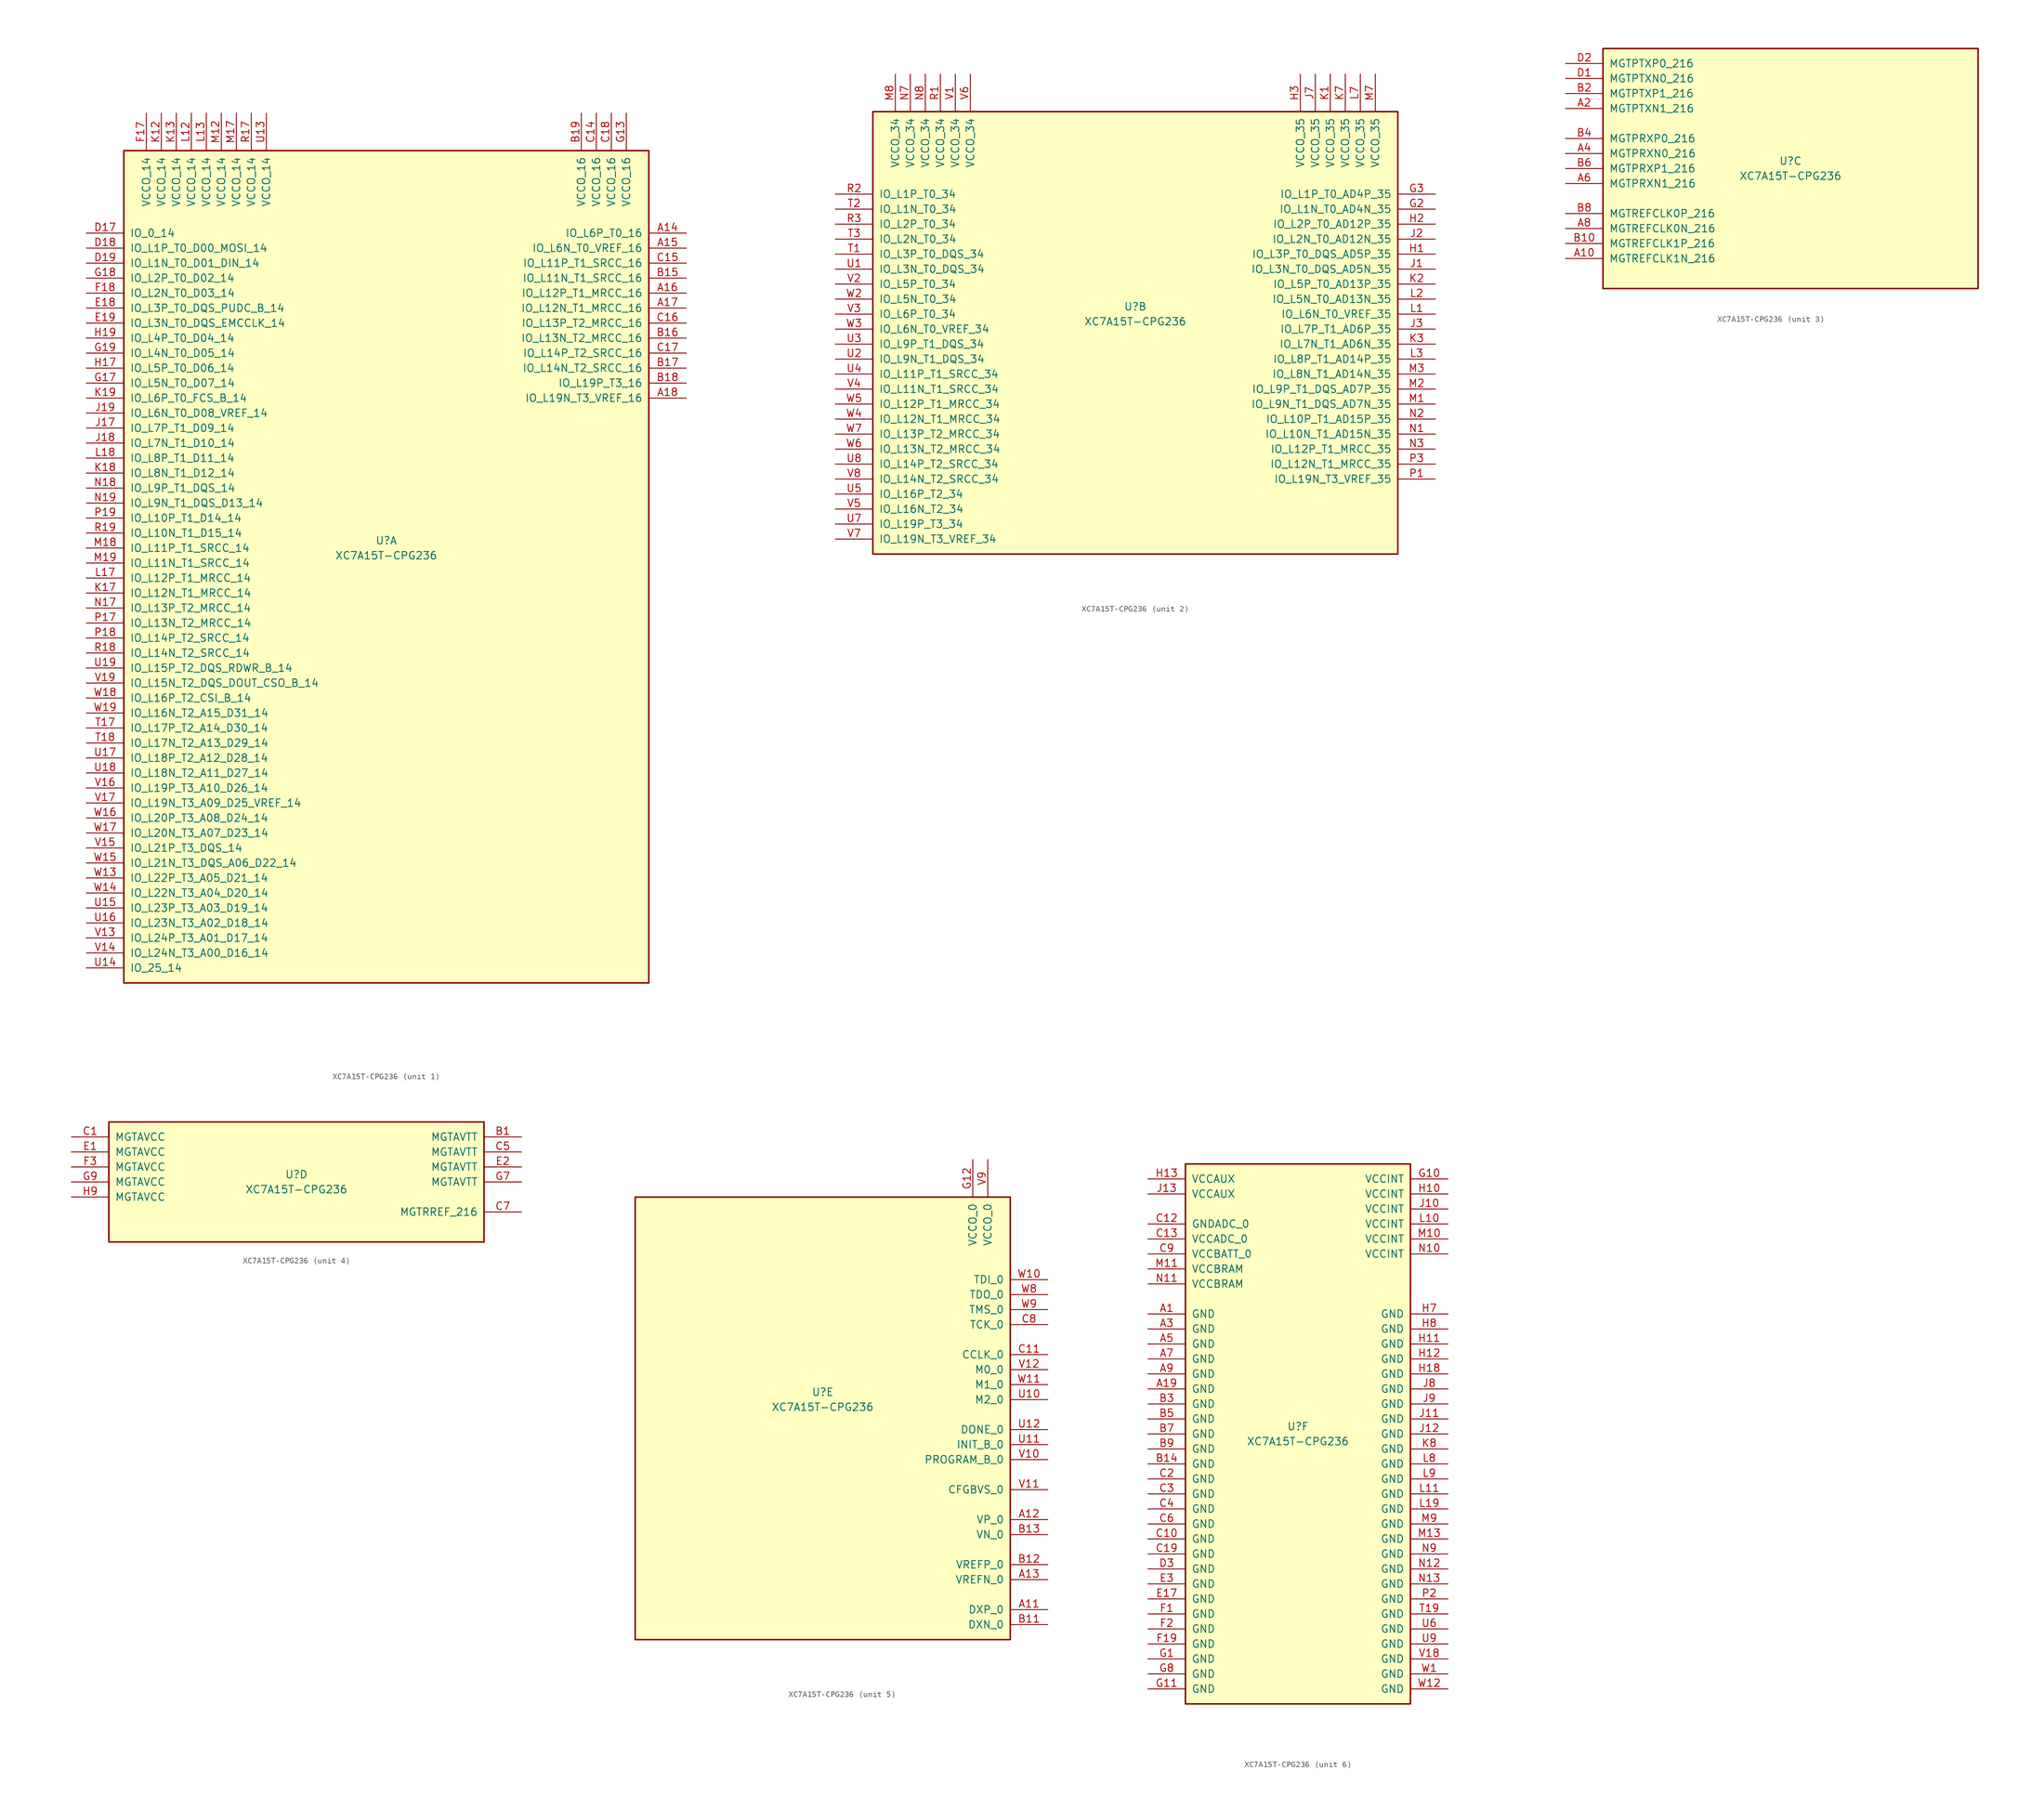
<source format=kicad_sym>
(kicad_symbol_lib
  (version 20211014)
  (generator kicad_symbol_editor)
  (symbol "XC7A15T-CPG236"
    (pin_names
      (offset 1.016))
    (property "Reference" "U"
      (at 0 1.27 0)
      (effects (font (size 1.27 1.27))))
    (property "Value" "XC7A15T-CPG236"
      (at 0 -1.27 0)
      (effects (font (size 1.27 1.27))))
    (property "Datasheet" ""
      (at 0 0 0)
      (effects (font (size 1.27 1.27))))
    (property "ki_locked" ""
      (at 0 0 0)
      (effects (font (size 1.27 1.27))))
    (symbol "XC7A15T-CPG236_1_1"
      (rectangle (start -44.45 67.31) (end 44.45 -73.66) (stroke (width 0.254) (type default) (color 0 0 0 0)) (fill (type background)))
      (pin bidirectional line (at 50.8 53.34 180) (length 6.35) (name "IO_L6P_T0_16" (effects (font (size 1.27 1.27)))) (number "A14" (effects (font (size 1.27 1.27)))))
      (pin bidirectional line (at 50.8 50.8 180) (length 6.35) (name "IO_L6N_T0_VREF_16" (effects (font (size 1.27 1.27)))) (number "A15" (effects (font (size 1.27 1.27)))))
      (pin bidirectional line (at 50.8 43.18 180) (length 6.35) (name "IO_L12P_T1_MRCC_16" (effects (font (size 1.27 1.27)))) (number "A16" (effects (font (size 1.27 1.27)))))
      (pin bidirectional line (at 50.8 40.64 180) (length 6.35) (name "IO_L12N_T1_MRCC_16" (effects (font (size 1.27 1.27)))) (number "A17" (effects (font (size 1.27 1.27)))))
      (pin bidirectional line (at 50.8 25.4 180) (length 6.35) (name "IO_L19N_T3_VREF_16" (effects (font (size 1.27 1.27)))) (number "A18" (effects (font (size 1.27 1.27)))))
      (pin bidirectional line (at 50.8 45.72 180) (length 6.35) (name "IO_L11N_T1_SRCC_16" (effects (font (size 1.27 1.27)))) (number "B15" (effects (font (size 1.27 1.27)))))
      (pin bidirectional line (at 50.8 35.56 180) (length 6.35) (name "IO_L13N_T2_MRCC_16" (effects (font (size 1.27 1.27)))) (number "B16" (effects (font (size 1.27 1.27)))))
      (pin bidirectional line (at 50.8 30.48 180) (length 6.35) (name "IO_L14N_T2_SRCC_16" (effects (font (size 1.27 1.27)))) (number "B17" (effects (font (size 1.27 1.27)))))
      (pin bidirectional line (at 50.8 27.94 180) (length 6.35) (name "IO_L19P_T3_16" (effects (font (size 1.27 1.27)))) (number "B18" (effects (font (size 1.27 1.27)))))
      (pin power_in line (at 33.02 73.66 270) (length 6.35) (name "VCCO_16" (effects (font (size 1.27 1.27)))) (number "B19" (effects (font (size 1.27 1.27)))))
      (pin power_in line (at 35.56 73.66 270) (length 6.35) (name "VCCO_16" (effects (font (size 1.27 1.27)))) (number "C14" (effects (font (size 1.27 1.27)))))
      (pin bidirectional line (at 50.8 48.26 180) (length 6.35) (name "IO_L11P_T1_SRCC_16" (effects (font (size 1.27 1.27)))) (number "C15" (effects (font (size 1.27 1.27)))))
      (pin bidirectional line (at 50.8 38.1 180) (length 6.35) (name "IO_L13P_T2_MRCC_16" (effects (font (size 1.27 1.27)))) (number "C16" (effects (font (size 1.27 1.27)))))
      (pin bidirectional line (at 50.8 33.02 180) (length 6.35) (name "IO_L14P_T2_SRCC_16" (effects (font (size 1.27 1.27)))) (number "C17" (effects (font (size 1.27 1.27)))))
      (pin power_in line (at 38.1 73.66 270) (length 6.35) (name "VCCO_16" (effects (font (size 1.27 1.27)))) (number "C18" (effects (font (size 1.27 1.27)))))
      (pin bidirectional line (at -50.8 53.34 0) (length 6.35) (name "IO_0_14" (effects (font (size 1.27 1.27)))) (number "D17" (effects (font (size 1.27 1.27)))))
      (pin bidirectional line (at -50.8 50.8 0) (length 6.35) (name "IO_L1P_T0_D00_MOSI_14" (effects (font (size 1.27 1.27)))) (number "D18" (effects (font (size 1.27 1.27)))))
      (pin bidirectional line (at -50.8 48.26 0) (length 6.35) (name "IO_L1N_T0_D01_DIN_14" (effects (font (size 1.27 1.27)))) (number "D19" (effects (font (size 1.27 1.27)))))
      (pin bidirectional line (at -50.8 40.64 0) (length 6.35) (name "IO_L3P_T0_DQS_PUDC_B_14" (effects (font (size 1.27 1.27)))) (number "E18" (effects (font (size 1.27 1.27)))))
      (pin bidirectional line (at -50.8 38.1 0) (length 6.35) (name "IO_L3N_T0_DQS_EMCCLK_14" (effects (font (size 1.27 1.27)))) (number "E19" (effects (font (size 1.27 1.27)))))
      (pin power_in line (at -40.64 73.66 270) (length 6.35) (name "VCCO_14" (effects (font (size 1.27 1.27)))) (number "F17" (effects (font (size 1.27 1.27)))))
      (pin bidirectional line (at -50.8 43.18 0) (length 6.35) (name "IO_L2N_T0_D03_14" (effects (font (size 1.27 1.27)))) (number "F18" (effects (font (size 1.27 1.27)))))
      (pin power_in line (at 40.64 73.66 270) (length 6.35) (name "VCCO_16" (effects (font (size 1.27 1.27)))) (number "G13" (effects (font (size 1.27 1.27)))))
      (pin bidirectional line (at -50.8 27.94 0) (length 6.35) (name "IO_L5N_T0_D07_14" (effects (font (size 1.27 1.27)))) (number "G17" (effects (font (size 1.27 1.27)))))
      (pin bidirectional line (at -50.8 45.72 0) (length 6.35) (name "IO_L2P_T0_D02_14" (effects (font (size 1.27 1.27)))) (number "G18" (effects (font (size 1.27 1.27)))))
      (pin bidirectional line (at -50.8 33.02 0) (length 6.35) (name "IO_L4N_T0_D05_14" (effects (font (size 1.27 1.27)))) (number "G19" (effects (font (size 1.27 1.27)))))
      (pin bidirectional line (at -50.8 30.48 0) (length 6.35) (name "IO_L5P_T0_D06_14" (effects (font (size 1.27 1.27)))) (number "H17" (effects (font (size 1.27 1.27)))))
      (pin bidirectional line (at -50.8 35.56 0) (length 6.35) (name "IO_L4P_T0_D04_14" (effects (font (size 1.27 1.27)))) (number "H19" (effects (font (size 1.27 1.27)))))
      (pin bidirectional line (at -50.8 20.32 0) (length 6.35) (name "IO_L7P_T1_D09_14" (effects (font (size 1.27 1.27)))) (number "J17" (effects (font (size 1.27 1.27)))))
      (pin bidirectional line (at -50.8 17.78 0) (length 6.35) (name "IO_L7N_T1_D10_14" (effects (font (size 1.27 1.27)))) (number "J18" (effects (font (size 1.27 1.27)))))
      (pin bidirectional line (at -50.8 22.86 0) (length 6.35) (name "IO_L6N_T0_D08_VREF_14" (effects (font (size 1.27 1.27)))) (number "J19" (effects (font (size 1.27 1.27)))))
      (pin power_in line (at -38.1 73.66 270) (length 6.35) (name "VCCO_14" (effects (font (size 1.27 1.27)))) (number "K12" (effects (font (size 1.27 1.27)))))
      (pin power_in line (at -35.56 73.66 270) (length 6.35) (name "VCCO_14" (effects (font (size 1.27 1.27)))) (number "K13" (effects (font (size 1.27 1.27)))))
      (pin bidirectional line (at -50.8 -7.62 0) (length 6.35) (name "IO_L12N_T1_MRCC_14" (effects (font (size 1.27 1.27)))) (number "K17" (effects (font (size 1.27 1.27)))))
      (pin bidirectional line (at -50.8 12.7 0) (length 6.35) (name "IO_L8N_T1_D12_14" (effects (font (size 1.27 1.27)))) (number "K18" (effects (font (size 1.27 1.27)))))
      (pin bidirectional line (at -50.8 25.4 0) (length 6.35) (name "IO_L6P_T0_FCS_B_14" (effects (font (size 1.27 1.27)))) (number "K19" (effects (font (size 1.27 1.27)))))
      (pin power_in line (at -33.02 73.66 270) (length 6.35) (name "VCCO_14" (effects (font (size 1.27 1.27)))) (number "L12" (effects (font (size 1.27 1.27)))))
      (pin power_in line (at -30.48 73.66 270) (length 6.35) (name "VCCO_14" (effects (font (size 1.27 1.27)))) (number "L13" (effects (font (size 1.27 1.27)))))
      (pin bidirectional line (at -50.8 -5.08 0) (length 6.35) (name "IO_L12P_T1_MRCC_14" (effects (font (size 1.27 1.27)))) (number "L17" (effects (font (size 1.27 1.27)))))
      (pin bidirectional line (at -50.8 15.24 0) (length 6.35) (name "IO_L8P_T1_D11_14" (effects (font (size 1.27 1.27)))) (number "L18" (effects (font (size 1.27 1.27)))))
      (pin power_in line (at -27.94 73.66 270) (length 6.35) (name "VCCO_14" (effects (font (size 1.27 1.27)))) (number "M12" (effects (font (size 1.27 1.27)))))
      (pin power_in line (at -25.4 73.66 270) (length 6.35) (name "VCCO_14" (effects (font (size 1.27 1.27)))) (number "M17" (effects (font (size 1.27 1.27)))))
      (pin bidirectional line (at -50.8 0 0) (length 6.35) (name "IO_L11P_T1_SRCC_14" (effects (font (size 1.27 1.27)))) (number "M18" (effects (font (size 1.27 1.27)))))
      (pin bidirectional line (at -50.8 -2.54 0) (length 6.35) (name "IO_L11N_T1_SRCC_14" (effects (font (size 1.27 1.27)))) (number "M19" (effects (font (size 1.27 1.27)))))
      (pin bidirectional line (at -50.8 -10.16 0) (length 6.35) (name "IO_L13P_T2_MRCC_14" (effects (font (size 1.27 1.27)))) (number "N17" (effects (font (size 1.27 1.27)))))
      (pin bidirectional line (at -50.8 10.16 0) (length 6.35) (name "IO_L9P_T1_DQS_14" (effects (font (size 1.27 1.27)))) (number "N18" (effects (font (size 1.27 1.27)))))
      (pin bidirectional line (at -50.8 7.62 0) (length 6.35) (name "IO_L9N_T1_DQS_D13_14" (effects (font (size 1.27 1.27)))) (number "N19" (effects (font (size 1.27 1.27)))))
      (pin bidirectional line (at -50.8 -12.7 0) (length 6.35) (name "IO_L13N_T2_MRCC_14" (effects (font (size 1.27 1.27)))) (number "P17" (effects (font (size 1.27 1.27)))))
      (pin bidirectional line (at -50.8 -15.24 0) (length 6.35) (name "IO_L14P_T2_SRCC_14" (effects (font (size 1.27 1.27)))) (number "P18" (effects (font (size 1.27 1.27)))))
      (pin bidirectional line (at -50.8 5.08 0) (length 6.35) (name "IO_L10P_T1_D14_14" (effects (font (size 1.27 1.27)))) (number "P19" (effects (font (size 1.27 1.27)))))
      (pin power_in line (at -22.86 73.66 270) (length 6.35) (name "VCCO_14" (effects (font (size 1.27 1.27)))) (number "R17" (effects (font (size 1.27 1.27)))))
      (pin bidirectional line (at -50.8 -17.78 0) (length 6.35) (name "IO_L14N_T2_SRCC_14" (effects (font (size 1.27 1.27)))) (number "R18" (effects (font (size 1.27 1.27)))))
      (pin bidirectional line (at -50.8 2.54 0) (length 6.35) (name "IO_L10N_T1_D15_14" (effects (font (size 1.27 1.27)))) (number "R19" (effects (font (size 1.27 1.27)))))
      (pin bidirectional line (at -50.8 -30.48 0) (length 6.35) (name "IO_L17P_T2_A14_D30_14" (effects (font (size 1.27 1.27)))) (number "T17" (effects (font (size 1.27 1.27)))))
      (pin bidirectional line (at -50.8 -33.02 0) (length 6.35) (name "IO_L17N_T2_A13_D29_14" (effects (font (size 1.27 1.27)))) (number "T18" (effects (font (size 1.27 1.27)))))
      (pin power_in line (at -20.32 73.66 270) (length 6.35) (name "VCCO_14" (effects (font (size 1.27 1.27)))) (number "U13" (effects (font (size 1.27 1.27)))))
      (pin bidirectional line (at -50.8 -71.12 0) (length 6.35) (name "IO_25_14" (effects (font (size 1.27 1.27)))) (number "U14" (effects (font (size 1.27 1.27)))))
      (pin bidirectional line (at -50.8 -60.96 0) (length 6.35) (name "IO_L23P_T3_A03_D19_14" (effects (font (size 1.27 1.27)))) (number "U15" (effects (font (size 1.27 1.27)))))
      (pin bidirectional line (at -50.8 -63.5 0) (length 6.35) (name "IO_L23N_T3_A02_D18_14" (effects (font (size 1.27 1.27)))) (number "U16" (effects (font (size 1.27 1.27)))))
      (pin bidirectional line (at -50.8 -35.56 0) (length 6.35) (name "IO_L18P_T2_A12_D28_14" (effects (font (size 1.27 1.27)))) (number "U17" (effects (font (size 1.27 1.27)))))
      (pin bidirectional line (at -50.8 -38.1 0) (length 6.35) (name "IO_L18N_T2_A11_D27_14" (effects (font (size 1.27 1.27)))) (number "U18" (effects (font (size 1.27 1.27)))))
      (pin bidirectional line (at -50.8 -20.32 0) (length 6.35) (name "IO_L15P_T2_DQS_RDWR_B_14" (effects (font (size 1.27 1.27)))) (number "U19" (effects (font (size 1.27 1.27)))))
      (pin bidirectional line (at -50.8 -66.04 0) (length 6.35) (name "IO_L24P_T3_A01_D17_14" (effects (font (size 1.27 1.27)))) (number "V13" (effects (font (size 1.27 1.27)))))
      (pin bidirectional line (at -50.8 -68.58 0) (length 6.35) (name "IO_L24N_T3_A00_D16_14" (effects (font (size 1.27 1.27)))) (number "V14" (effects (font (size 1.27 1.27)))))
      (pin bidirectional line (at -50.8 -50.8 0) (length 6.35) (name "IO_L21P_T3_DQS_14" (effects (font (size 1.27 1.27)))) (number "V15" (effects (font (size 1.27 1.27)))))
      (pin bidirectional line (at -50.8 -40.64 0) (length 6.35) (name "IO_L19P_T3_A10_D26_14" (effects (font (size 1.27 1.27)))) (number "V16" (effects (font (size 1.27 1.27)))))
      (pin bidirectional line (at -50.8 -43.18 0) (length 6.35) (name "IO_L19N_T3_A09_D25_VREF_14" (effects (font (size 1.27 1.27)))) (number "V17" (effects (font (size 1.27 1.27)))))
      (pin bidirectional line (at -50.8 -22.86 0) (length 6.35) (name "IO_L15N_T2_DQS_DOUT_CSO_B_14" (effects (font (size 1.27 1.27)))) (number "V19" (effects (font (size 1.27 1.27)))))
      (pin bidirectional line (at -50.8 -55.88 0) (length 6.35) (name "IO_L22P_T3_A05_D21_14" (effects (font (size 1.27 1.27)))) (number "W13" (effects (font (size 1.27 1.27)))))
      (pin bidirectional line (at -50.8 -58.42 0) (length 6.35) (name "IO_L22N_T3_A04_D20_14" (effects (font (size 1.27 1.27)))) (number "W14" (effects (font (size 1.27 1.27)))))
      (pin bidirectional line (at -50.8 -53.34 0) (length 6.35) (name "IO_L21N_T3_DQS_A06_D22_14" (effects (font (size 1.27 1.27)))) (number "W15" (effects (font (size 1.27 1.27)))))
      (pin bidirectional line (at -50.8 -45.72 0) (length 6.35) (name "IO_L20P_T3_A08_D24_14" (effects (font (size 1.27 1.27)))) (number "W16" (effects (font (size 1.27 1.27)))))
      (pin bidirectional line (at -50.8 -48.26 0) (length 6.35) (name "IO_L20N_T3_A07_D23_14" (effects (font (size 1.27 1.27)))) (number "W17" (effects (font (size 1.27 1.27)))))
      (pin bidirectional line (at -50.8 -25.4 0) (length 6.35) (name "IO_L16P_T2_CSI_B_14" (effects (font (size 1.27 1.27)))) (number "W18" (effects (font (size 1.27 1.27)))))
      (pin bidirectional line (at -50.8 -27.94 0) (length 6.35) (name "IO_L16N_T2_A15_D31_14" (effects (font (size 1.27 1.27)))) (number "W19" (effects (font (size 1.27 1.27))))))
    (symbol "XC7A15T-CPG236_2_1"
      (rectangle (start -44.45 34.29) (end 44.45 -40.64) (stroke (width 0.254) (type default) (color 0 0 0 0)) (fill (type background)))
      (pin bidirectional line (at 50.8 17.78 180) (length 6.35) (name "IO_L1N_T0_AD4N_35" (effects (font (size 1.27 1.27)))) (number "G2" (effects (font (size 1.27 1.27)))))
      (pin bidirectional line (at 50.8 20.32 180) (length 6.35) (name "IO_L1P_T0_AD4P_35" (effects (font (size 1.27 1.27)))) (number "G3" (effects (font (size 1.27 1.27)))))
      (pin bidirectional line (at 50.8 10.16 180) (length 6.35) (name "IO_L3P_T0_DQS_AD5P_35" (effects (font (size 1.27 1.27)))) (number "H1" (effects (font (size 1.27 1.27)))))
      (pin bidirectional line (at 50.8 15.24 180) (length 6.35) (name "IO_L2P_T0_AD12P_35" (effects (font (size 1.27 1.27)))) (number "H2" (effects (font (size 1.27 1.27)))))
      (pin power_in line (at 27.94 40.64 270) (length 6.35) (name "VCCO_35" (effects (font (size 1.27 1.27)))) (number "H3" (effects (font (size 1.27 1.27)))))
      (pin bidirectional line (at 50.8 7.62 180) (length 6.35) (name "IO_L3N_T0_DQS_AD5N_35" (effects (font (size 1.27 1.27)))) (number "J1" (effects (font (size 1.27 1.27)))))
      (pin bidirectional line (at 50.8 12.7 180) (length 6.35) (name "IO_L2N_T0_AD12N_35" (effects (font (size 1.27 1.27)))) (number "J2" (effects (font (size 1.27 1.27)))))
      (pin bidirectional line (at 50.8 -2.54 180) (length 6.35) (name "IO_L7P_T1_AD6P_35" (effects (font (size 1.27 1.27)))) (number "J3" (effects (font (size 1.27 1.27)))))
      (pin power_in line (at 30.48 40.64 270) (length 6.35) (name "VCCO_35" (effects (font (size 1.27 1.27)))) (number "J7" (effects (font (size 1.27 1.27)))))
      (pin power_in line (at 33.02 40.64 270) (length 6.35) (name "VCCO_35" (effects (font (size 1.27 1.27)))) (number "K1" (effects (font (size 1.27 1.27)))))
      (pin bidirectional line (at 50.8 5.08 180) (length 6.35) (name "IO_L5P_T0_AD13P_35" (effects (font (size 1.27 1.27)))) (number "K2" (effects (font (size 1.27 1.27)))))
      (pin bidirectional line (at 50.8 -5.08 180) (length 6.35) (name "IO_L7N_T1_AD6N_35" (effects (font (size 1.27 1.27)))) (number "K3" (effects (font (size 1.27 1.27)))))
      (pin power_in line (at 35.56 40.64 270) (length 6.35) (name "VCCO_35" (effects (font (size 1.27 1.27)))) (number "K7" (effects (font (size 1.27 1.27)))))
      (pin bidirectional line (at 50.8 0 180) (length 6.35) (name "IO_L6N_T0_VREF_35" (effects (font (size 1.27 1.27)))) (number "L1" (effects (font (size 1.27 1.27)))))
      (pin bidirectional line (at 50.8 2.54 180) (length 6.35) (name "IO_L5N_T0_AD13N_35" (effects (font (size 1.27 1.27)))) (number "L2" (effects (font (size 1.27 1.27)))))
      (pin bidirectional line (at 50.8 -7.62 180) (length 6.35) (name "IO_L8P_T1_AD14P_35" (effects (font (size 1.27 1.27)))) (number "L3" (effects (font (size 1.27 1.27)))))
      (pin power_in line (at 38.1 40.64 270) (length 6.35) (name "VCCO_35" (effects (font (size 1.27 1.27)))) (number "L7" (effects (font (size 1.27 1.27)))))
      (pin bidirectional line (at 50.8 -15.24 180) (length 6.35) (name "IO_L9N_T1_DQS_AD7N_35" (effects (font (size 1.27 1.27)))) (number "M1" (effects (font (size 1.27 1.27)))))
      (pin bidirectional line (at 50.8 -12.7 180) (length 6.35) (name "IO_L9P_T1_DQS_AD7P_35" (effects (font (size 1.27 1.27)))) (number "M2" (effects (font (size 1.27 1.27)))))
      (pin bidirectional line (at 50.8 -10.16 180) (length 6.35) (name "IO_L8N_T1_AD14N_35" (effects (font (size 1.27 1.27)))) (number "M3" (effects (font (size 1.27 1.27)))))
      (pin power_in line (at 40.64 40.64 270) (length 6.35) (name "VCCO_35" (effects (font (size 1.27 1.27)))) (number "M7" (effects (font (size 1.27 1.27)))))
      (pin power_in line (at -40.64 40.64 270) (length 6.35) (name "VCCO_34" (effects (font (size 1.27 1.27)))) (number "M8" (effects (font (size 1.27 1.27)))))
      (pin bidirectional line (at 50.8 -20.32 180) (length 6.35) (name "IO_L10N_T1_AD15N_35" (effects (font (size 1.27 1.27)))) (number "N1" (effects (font (size 1.27 1.27)))))
      (pin bidirectional line (at 50.8 -17.78 180) (length 6.35) (name "IO_L10P_T1_AD15P_35" (effects (font (size 1.27 1.27)))) (number "N2" (effects (font (size 1.27 1.27)))))
      (pin bidirectional line (at 50.8 -22.86 180) (length 6.35) (name "IO_L12P_T1_MRCC_35" (effects (font (size 1.27 1.27)))) (number "N3" (effects (font (size 1.27 1.27)))))
      (pin power_in line (at -38.1 40.64 270) (length 6.35) (name "VCCO_34" (effects (font (size 1.27 1.27)))) (number "N7" (effects (font (size 1.27 1.27)))))
      (pin power_in line (at -35.56 40.64 270) (length 6.35) (name "VCCO_34" (effects (font (size 1.27 1.27)))) (number "N8" (effects (font (size 1.27 1.27)))))
      (pin bidirectional line (at 50.8 -27.94 180) (length 6.35) (name "IO_L19N_T3_VREF_35" (effects (font (size 1.27 1.27)))) (number "P1" (effects (font (size 1.27 1.27)))))
      (pin bidirectional line (at 50.8 -25.4 180) (length 6.35) (name "IO_L12N_T1_MRCC_35" (effects (font (size 1.27 1.27)))) (number "P3" (effects (font (size 1.27 1.27)))))
      (pin power_in line (at -33.02 40.64 270) (length 6.35) (name "VCCO_34" (effects (font (size 1.27 1.27)))) (number "R1" (effects (font (size 1.27 1.27)))))
      (pin bidirectional line (at -50.8 20.32 0) (length 6.35) (name "IO_L1P_T0_34" (effects (font (size 1.27 1.27)))) (number "R2" (effects (font (size 1.27 1.27)))))
      (pin bidirectional line (at -50.8 15.24 0) (length 6.35) (name "IO_L2P_T0_34" (effects (font (size 1.27 1.27)))) (number "R3" (effects (font (size 1.27 1.27)))))
      (pin bidirectional line (at -50.8 10.16 0) (length 6.35) (name "IO_L3P_T0_DQS_34" (effects (font (size 1.27 1.27)))) (number "T1" (effects (font (size 1.27 1.27)))))
      (pin bidirectional line (at -50.8 17.78 0) (length 6.35) (name "IO_L1N_T0_34" (effects (font (size 1.27 1.27)))) (number "T2" (effects (font (size 1.27 1.27)))))
      (pin bidirectional line (at -50.8 12.7 0) (length 6.35) (name "IO_L2N_T0_34" (effects (font (size 1.27 1.27)))) (number "T3" (effects (font (size 1.27 1.27)))))
      (pin bidirectional line (at -50.8 7.62 0) (length 6.35) (name "IO_L3N_T0_DQS_34" (effects (font (size 1.27 1.27)))) (number "U1" (effects (font (size 1.27 1.27)))))
      (pin bidirectional line (at -50.8 -7.62 0) (length 6.35) (name "IO_L9N_T1_DQS_34" (effects (font (size 1.27 1.27)))) (number "U2" (effects (font (size 1.27 1.27)))))
      (pin bidirectional line (at -50.8 -5.08 0) (length 6.35) (name "IO_L9P_T1_DQS_34" (effects (font (size 1.27 1.27)))) (number "U3" (effects (font (size 1.27 1.27)))))
      (pin bidirectional line (at -50.8 -10.16 0) (length 6.35) (name "IO_L11P_T1_SRCC_34" (effects (font (size 1.27 1.27)))) (number "U4" (effects (font (size 1.27 1.27)))))
      (pin bidirectional line (at -50.8 -30.48 0) (length 6.35) (name "IO_L16P_T2_34" (effects (font (size 1.27 1.27)))) (number "U5" (effects (font (size 1.27 1.27)))))
      (pin bidirectional line (at -50.8 -35.56 0) (length 6.35) (name "IO_L19P_T3_34" (effects (font (size 1.27 1.27)))) (number "U7" (effects (font (size 1.27 1.27)))))
      (pin bidirectional line (at -50.8 -25.4 0) (length 6.35) (name "IO_L14P_T2_SRCC_34" (effects (font (size 1.27 1.27)))) (number "U8" (effects (font (size 1.27 1.27)))))
      (pin power_in line (at -30.48 40.64 270) (length 6.35) (name "VCCO_34" (effects (font (size 1.27 1.27)))) (number "V1" (effects (font (size 1.27 1.27)))))
      (pin bidirectional line (at -50.8 5.08 0) (length 6.35) (name "IO_L5P_T0_34" (effects (font (size 1.27 1.27)))) (number "V2" (effects (font (size 1.27 1.27)))))
      (pin bidirectional line (at -50.8 0 0) (length 6.35) (name "IO_L6P_T0_34" (effects (font (size 1.27 1.27)))) (number "V3" (effects (font (size 1.27 1.27)))))
      (pin bidirectional line (at -50.8 -12.7 0) (length 6.35) (name "IO_L11N_T1_SRCC_34" (effects (font (size 1.27 1.27)))) (number "V4" (effects (font (size 1.27 1.27)))))
      (pin bidirectional line (at -50.8 -33.02 0) (length 6.35) (name "IO_L16N_T2_34" (effects (font (size 1.27 1.27)))) (number "V5" (effects (font (size 1.27 1.27)))))
      (pin power_in line (at -27.94 40.64 270) (length 6.35) (name "VCCO_34" (effects (font (size 1.27 1.27)))) (number "V6" (effects (font (size 1.27 1.27)))))
      (pin bidirectional line (at -50.8 -38.1 0) (length 6.35) (name "IO_L19N_T3_VREF_34" (effects (font (size 1.27 1.27)))) (number "V7" (effects (font (size 1.27 1.27)))))
      (pin bidirectional line (at -50.8 -27.94 0) (length 6.35) (name "IO_L14N_T2_SRCC_34" (effects (font (size 1.27 1.27)))) (number "V8" (effects (font (size 1.27 1.27)))))
      (pin bidirectional line (at -50.8 2.54 0) (length 6.35) (name "IO_L5N_T0_34" (effects (font (size 1.27 1.27)))) (number "W2" (effects (font (size 1.27 1.27)))))
      (pin bidirectional line (at -50.8 -2.54 0) (length 6.35) (name "IO_L6N_T0_VREF_34" (effects (font (size 1.27 1.27)))) (number "W3" (effects (font (size 1.27 1.27)))))
      (pin bidirectional line (at -50.8 -17.78 0) (length 6.35) (name "IO_L12N_T1_MRCC_34" (effects (font (size 1.27 1.27)))) (number "W4" (effects (font (size 1.27 1.27)))))
      (pin bidirectional line (at -50.8 -15.24 0) (length 6.35) (name "IO_L12P_T1_MRCC_34" (effects (font (size 1.27 1.27)))) (number "W5" (effects (font (size 1.27 1.27)))))
      (pin bidirectional line (at -50.8 -22.86 0) (length 6.35) (name "IO_L13N_T2_MRCC_34" (effects (font (size 1.27 1.27)))) (number "W6" (effects (font (size 1.27 1.27)))))
      (pin bidirectional line (at -50.8 -20.32 0) (length 6.35) (name "IO_L13P_T2_MRCC_34" (effects (font (size 1.27 1.27)))) (number "W7" (effects (font (size 1.27 1.27))))))
    (symbol "XC7A15T-CPG236_3_1"
      (rectangle (start -31.75 20.32) (end 31.75 -20.32) (stroke (width 0.254) (type default) (color 0 0 0 0)) (fill (type background)))
      (pin bidirectional line (at -38.1 -15.24 0) (length 6.35) (name "MGTREFCLK1N_216" (effects (font (size 1.27 1.27)))) (number "A10" (effects (font (size 1.27 1.27)))))
      (pin bidirectional line (at -38.1 10.16 0) (length 6.35) (name "MGTPTXN1_216" (effects (font (size 1.27 1.27)))) (number "A2" (effects (font (size 1.27 1.27)))))
      (pin bidirectional line (at -38.1 2.54 0) (length 6.35) (name "MGTPRXN0_216" (effects (font (size 1.27 1.27)))) (number "A4" (effects (font (size 1.27 1.27)))))
      (pin bidirectional line (at -38.1 -2.54 0) (length 6.35) (name "MGTPRXN1_216" (effects (font (size 1.27 1.27)))) (number "A6" (effects (font (size 1.27 1.27)))))
      (pin bidirectional line (at -38.1 -10.16 0) (length 6.35) (name "MGTREFCLK0N_216" (effects (font (size 1.27 1.27)))) (number "A8" (effects (font (size 1.27 1.27)))))
      (pin bidirectional line (at -38.1 -12.7 0) (length 6.35) (name "MGTREFCLK1P_216" (effects (font (size 1.27 1.27)))) (number "B10" (effects (font (size 1.27 1.27)))))
      (pin bidirectional line (at -38.1 12.7 0) (length 6.35) (name "MGTPTXP1_216" (effects (font (size 1.27 1.27)))) (number "B2" (effects (font (size 1.27 1.27)))))
      (pin bidirectional line (at -38.1 5.08 0) (length 6.35) (name "MGTPRXP0_216" (effects (font (size 1.27 1.27)))) (number "B4" (effects (font (size 1.27 1.27)))))
      (pin bidirectional line (at -38.1 0 0) (length 6.35) (name "MGTPRXP1_216" (effects (font (size 1.27 1.27)))) (number "B6" (effects (font (size 1.27 1.27)))))
      (pin bidirectional line (at -38.1 -7.62 0) (length 6.35) (name "MGTREFCLK0P_216" (effects (font (size 1.27 1.27)))) (number "B8" (effects (font (size 1.27 1.27)))))
      (pin bidirectional line (at -38.1 15.24 0) (length 6.35) (name "MGTPTXN0_216" (effects (font (size 1.27 1.27)))) (number "D1" (effects (font (size 1.27 1.27)))))
      (pin bidirectional line (at -38.1 17.78 0) (length 6.35) (name "MGTPTXP0_216" (effects (font (size 1.27 1.27)))) (number "D2" (effects (font (size 1.27 1.27))))))
    (symbol "XC7A15T-CPG236_4_1"
      (rectangle (start -31.75 10.16) (end 31.75 -10.16) (stroke (width 0.254) (type default) (color 0 0 0 0)) (fill (type background)))
      (pin power_in line (at 38.1 7.62 180) (length 6.35) (name "MGTAVTT" (effects (font (size 1.27 1.27)))) (number "B1" (effects (font (size 1.27 1.27)))))
      (pin power_in line (at -38.1 7.62 0) (length 6.35) (name "MGTAVCC" (effects (font (size 1.27 1.27)))) (number "C1" (effects (font (size 1.27 1.27)))))
      (pin power_in line (at 38.1 5.08 180) (length 6.35) (name "MGTAVTT" (effects (font (size 1.27 1.27)))) (number "C5" (effects (font (size 1.27 1.27)))))
      (pin power_in line (at 38.1 -5.08 180) (length 6.35) (name "MGTRREF_216" (effects (font (size 1.27 1.27)))) (number "C7" (effects (font (size 1.27 1.27)))))
      (pin power_in line (at -38.1 5.08 0) (length 6.35) (name "MGTAVCC" (effects (font (size 1.27 1.27)))) (number "E1" (effects (font (size 1.27 1.27)))))
      (pin power_in line (at 38.1 2.54 180) (length 6.35) (name "MGTAVTT" (effects (font (size 1.27 1.27)))) (number "E2" (effects (font (size 1.27 1.27)))))
      (pin power_in line (at -38.1 2.54 0) (length 6.35) (name "MGTAVCC" (effects (font (size 1.27 1.27)))) (number "F3" (effects (font (size 1.27 1.27)))))
      (pin power_in line (at 38.1 0 180) (length 6.35) (name "MGTAVTT" (effects (font (size 1.27 1.27)))) (number "G7" (effects (font (size 1.27 1.27)))))
      (pin power_in line (at -38.1 0 0) (length 6.35) (name "MGTAVCC" (effects (font (size 1.27 1.27)))) (number "G9" (effects (font (size 1.27 1.27)))))
      (pin power_in line (at -38.1 -2.54 0) (length 6.35) (name "MGTAVCC" (effects (font (size 1.27 1.27)))) (number "H9" (effects (font (size 1.27 1.27))))))
    (symbol "XC7A15T-CPG236_5_1"
      (rectangle (start -31.75 34.29) (end 31.75 -40.64) (stroke (width 0.254) (type default) (color 0 0 0 0)) (fill (type background)))
      (pin bidirectional line (at 38.1 -35.56 180) (length 6.35) (name "DXP_0" (effects (font (size 1.27 1.27)))) (number "A11" (effects (font (size 1.27 1.27)))))
      (pin bidirectional line (at 38.1 -20.32 180) (length 6.35) (name "VP_0" (effects (font (size 1.27 1.27)))) (number "A12" (effects (font (size 1.27 1.27)))))
      (pin bidirectional line (at 38.1 -30.48 180) (length 6.35) (name "VREFN_0" (effects (font (size 1.27 1.27)))) (number "A13" (effects (font (size 1.27 1.27)))))
      (pin bidirectional line (at 38.1 -38.1 180) (length 6.35) (name "DXN_0" (effects (font (size 1.27 1.27)))) (number "B11" (effects (font (size 1.27 1.27)))))
      (pin bidirectional line (at 38.1 -27.94 180) (length 6.35) (name "VREFP_0" (effects (font (size 1.27 1.27)))) (number "B12" (effects (font (size 1.27 1.27)))))
      (pin bidirectional line (at 38.1 -22.86 180) (length 6.35) (name "VN_0" (effects (font (size 1.27 1.27)))) (number "B13" (effects (font (size 1.27 1.27)))))
      (pin bidirectional line (at 38.1 7.62 180) (length 6.35) (name "CCLK_0" (effects (font (size 1.27 1.27)))) (number "C11" (effects (font (size 1.27 1.27)))))
      (pin bidirectional line (at 38.1 12.7 180) (length 6.35) (name "TCK_0" (effects (font (size 1.27 1.27)))) (number "C8" (effects (font (size 1.27 1.27)))))
      (pin power_in line (at 25.4 40.64 270) (length 6.35) (name "VCCO_0" (effects (font (size 1.27 1.27)))) (number "G12" (effects (font (size 1.27 1.27)))))
      (pin bidirectional line (at 38.1 0 180) (length 6.35) (name "M2_0" (effects (font (size 1.27 1.27)))) (number "U10" (effects (font (size 1.27 1.27)))))
      (pin bidirectional line (at 38.1 -7.62 180) (length 6.35) (name "INIT_B_0" (effects (font (size 1.27 1.27)))) (number "U11" (effects (font (size 1.27 1.27)))))
      (pin bidirectional line (at 38.1 -5.08 180) (length 6.35) (name "DONE_0" (effects (font (size 1.27 1.27)))) (number "U12" (effects (font (size 1.27 1.27)))))
      (pin bidirectional line (at 38.1 -10.16 180) (length 6.35) (name "PROGRAM_B_0" (effects (font (size 1.27 1.27)))) (number "V10" (effects (font (size 1.27 1.27)))))
      (pin bidirectional line (at 38.1 -15.24 180) (length 6.35) (name "CFGBVS_0" (effects (font (size 1.27 1.27)))) (number "V11" (effects (font (size 1.27 1.27)))))
      (pin bidirectional line (at 38.1 5.08 180) (length 6.35) (name "M0_0" (effects (font (size 1.27 1.27)))) (number "V12" (effects (font (size 1.27 1.27)))))
      (pin power_in line (at 27.94 40.64 270) (length 6.35) (name "VCCO_0" (effects (font (size 1.27 1.27)))) (number "V9" (effects (font (size 1.27 1.27)))))
      (pin bidirectional line (at 38.1 20.32 180) (length 6.35) (name "TDI_0" (effects (font (size 1.27 1.27)))) (number "W10" (effects (font (size 1.27 1.27)))))
      (pin bidirectional line (at 38.1 2.54 180) (length 6.35) (name "M1_0" (effects (font (size 1.27 1.27)))) (number "W11" (effects (font (size 1.27 1.27)))))
      (pin bidirectional line (at 38.1 17.78 180) (length 6.35) (name "TDO_0" (effects (font (size 1.27 1.27)))) (number "W8" (effects (font (size 1.27 1.27)))))
      (pin bidirectional line (at 38.1 15.24 180) (length 6.35) (name "TMS_0" (effects (font (size 1.27 1.27)))) (number "W9" (effects (font (size 1.27 1.27))))))
    (symbol "XC7A15T-CPG236_6_1"
      (rectangle (start -19.05 45.72) (end 19.05 -45.72) (stroke (width 0.254) (type default) (color 0 0 0 0)) (fill (type background)))
      (pin power_in line (at -25.4 20.32 0) (length 6.35) (name "GND" (effects (font (size 1.27 1.27)))) (number "A1" (effects (font (size 1.27 1.27)))))
      (pin power_in line (at -25.4 7.62 0) (length 6.35) (name "GND" (effects (font (size 1.27 1.27)))) (number "A19" (effects (font (size 1.27 1.27)))))
      (pin power_in line (at -25.4 17.78 0) (length 6.35) (name "GND" (effects (font (size 1.27 1.27)))) (number "A3" (effects (font (size 1.27 1.27)))))
      (pin power_in line (at -25.4 15.24 0) (length 6.35) (name "GND" (effects (font (size 1.27 1.27)))) (number "A5" (effects (font (size 1.27 1.27)))))
      (pin power_in line (at -25.4 12.7 0) (length 6.35) (name "GND" (effects (font (size 1.27 1.27)))) (number "A7" (effects (font (size 1.27 1.27)))))
      (pin power_in line (at -25.4 10.16 0) (length 6.35) (name "GND" (effects (font (size 1.27 1.27)))) (number "A9" (effects (font (size 1.27 1.27)))))
      (pin power_in line (at -25.4 -5.08 0) (length 6.35) (name "GND" (effects (font (size 1.27 1.27)))) (number "B14" (effects (font (size 1.27 1.27)))))
      (pin power_in line (at -25.4 5.08 0) (length 6.35) (name "GND" (effects (font (size 1.27 1.27)))) (number "B3" (effects (font (size 1.27 1.27)))))
      (pin power_in line (at -25.4 2.54 0) (length 6.35) (name "GND" (effects (font (size 1.27 1.27)))) (number "B5" (effects (font (size 1.27 1.27)))))
      (pin power_in line (at -25.4 0 0) (length 6.35) (name "GND" (effects (font (size 1.27 1.27)))) (number "B7" (effects (font (size 1.27 1.27)))))
      (pin power_in line (at -25.4 -2.54 0) (length 6.35) (name "GND" (effects (font (size 1.27 1.27)))) (number "B9" (effects (font (size 1.27 1.27)))))
      (pin power_in line (at -25.4 -17.78 0) (length 6.35) (name "GND" (effects (font (size 1.27 1.27)))) (number "C10" (effects (font (size 1.27 1.27)))))
      (pin power_in line (at -25.4 35.56 0) (length 6.35) (name "GNDADC_0" (effects (font (size 1.27 1.27)))) (number "C12" (effects (font (size 1.27 1.27)))))
      (pin power_in line (at -25.4 33.02 0) (length 6.35) (name "VCCADC_0" (effects (font (size 1.27 1.27)))) (number "C13" (effects (font (size 1.27 1.27)))))
      (pin power_in line (at -25.4 -20.32 0) (length 6.35) (name "GND" (effects (font (size 1.27 1.27)))) (number "C19" (effects (font (size 1.27 1.27)))))
      (pin power_in line (at -25.4 -7.62 0) (length 6.35) (name "GND" (effects (font (size 1.27 1.27)))) (number "C2" (effects (font (size 1.27 1.27)))))
      (pin power_in line (at -25.4 -10.16 0) (length 6.35) (name "GND" (effects (font (size 1.27 1.27)))) (number "C3" (effects (font (size 1.27 1.27)))))
      (pin power_in line (at -25.4 -12.7 0) (length 6.35) (name "GND" (effects (font (size 1.27 1.27)))) (number "C4" (effects (font (size 1.27 1.27)))))
      (pin power_in line (at -25.4 -15.24 0) (length 6.35) (name "GND" (effects (font (size 1.27 1.27)))) (number "C6" (effects (font (size 1.27 1.27)))))
      (pin power_in line (at -25.4 30.48 0) (length 6.35) (name "VCCBATT_0" (effects (font (size 1.27 1.27)))) (number "C9" (effects (font (size 1.27 1.27)))))
      (pin power_in line (at -25.4 -22.86 0) (length 6.35) (name "GND" (effects (font (size 1.27 1.27)))) (number "D3" (effects (font (size 1.27 1.27)))))
      (pin power_in line (at -25.4 -27.94 0) (length 6.35) (name "GND" (effects (font (size 1.27 1.27)))) (number "E17" (effects (font (size 1.27 1.27)))))
      (pin power_in line (at -25.4 -25.4 0) (length 6.35) (name "GND" (effects (font (size 1.27 1.27)))) (number "E3" (effects (font (size 1.27 1.27)))))
      (pin power_in line (at -25.4 -30.48 0) (length 6.35) (name "GND" (effects (font (size 1.27 1.27)))) (number "F1" (effects (font (size 1.27 1.27)))))
      (pin power_in line (at -25.4 -35.56 0) (length 6.35) (name "GND" (effects (font (size 1.27 1.27)))) (number "F19" (effects (font (size 1.27 1.27)))))
      (pin power_in line (at -25.4 -33.02 0) (length 6.35) (name "GND" (effects (font (size 1.27 1.27)))) (number "F2" (effects (font (size 1.27 1.27)))))
      (pin power_in line (at -25.4 -38.1 0) (length 6.35) (name "GND" (effects (font (size 1.27 1.27)))) (number "G1" (effects (font (size 1.27 1.27)))))
      (pin power_in line (at 25.4 43.18 180) (length 6.35) (name "VCCINT" (effects (font (size 1.27 1.27)))) (number "G10" (effects (font (size 1.27 1.27)))))
      (pin power_in line (at -25.4 -43.18 0) (length 6.35) (name "GND" (effects (font (size 1.27 1.27)))) (number "G11" (effects (font (size 1.27 1.27)))))
      (pin power_in line (at -25.4 -40.64 0) (length 6.35) (name "GND" (effects (font (size 1.27 1.27)))) (number "G8" (effects (font (size 1.27 1.27)))))
      (pin power_in line (at 25.4 40.64 180) (length 6.35) (name "VCCINT" (effects (font (size 1.27 1.27)))) (number "H10" (effects (font (size 1.27 1.27)))))
      (pin power_in line (at 25.4 15.24 180) (length 6.35) (name "GND" (effects (font (size 1.27 1.27)))) (number "H11" (effects (font (size 1.27 1.27)))))
      (pin power_in line (at 25.4 12.7 180) (length 6.35) (name "GND" (effects (font (size 1.27 1.27)))) (number "H12" (effects (font (size 1.27 1.27)))))
      (pin power_in line (at -25.4 43.18 0) (length 6.35) (name "VCCAUX" (effects (font (size 1.27 1.27)))) (number "H13" (effects (font (size 1.27 1.27)))))
      (pin power_in line (at 25.4 10.16 180) (length 6.35) (name "GND" (effects (font (size 1.27 1.27)))) (number "H18" (effects (font (size 1.27 1.27)))))
      (pin power_in line (at 25.4 20.32 180) (length 6.35) (name "GND" (effects (font (size 1.27 1.27)))) (number "H7" (effects (font (size 1.27 1.27)))))
      (pin power_in line (at 25.4 17.78 180) (length 6.35) (name "GND" (effects (font (size 1.27 1.27)))) (number "H8" (effects (font (size 1.27 1.27)))))
      (pin power_in line (at 25.4 38.1 180) (length 6.35) (name "VCCINT" (effects (font (size 1.27 1.27)))) (number "J10" (effects (font (size 1.27 1.27)))))
      (pin power_in line (at 25.4 2.54 180) (length 6.35) (name "GND" (effects (font (size 1.27 1.27)))) (number "J11" (effects (font (size 1.27 1.27)))))
      (pin power_in line (at 25.4 0 180) (length 6.35) (name "GND" (effects (font (size 1.27 1.27)))) (number "J12" (effects (font (size 1.27 1.27)))))
      (pin power_in line (at -25.4 40.64 0) (length 6.35) (name "VCCAUX" (effects (font (size 1.27 1.27)))) (number "J13" (effects (font (size 1.27 1.27)))))
      (pin power_in line (at 25.4 7.62 180) (length 6.35) (name "GND" (effects (font (size 1.27 1.27)))) (number "J8" (effects (font (size 1.27 1.27)))))
      (pin power_in line (at 25.4 5.08 180) (length 6.35) (name "GND" (effects (font (size 1.27 1.27)))) (number "J9" (effects (font (size 1.27 1.27)))))
      (pin power_in line (at 25.4 -2.54 180) (length 6.35) (name "GND" (effects (font (size 1.27 1.27)))) (number "K8" (effects (font (size 1.27 1.27)))))
      (pin power_in line (at 25.4 35.56 180) (length 6.35) (name "VCCINT" (effects (font (size 1.27 1.27)))) (number "L10" (effects (font (size 1.27 1.27)))))
      (pin power_in line (at 25.4 -10.16 180) (length 6.35) (name "GND" (effects (font (size 1.27 1.27)))) (number "L11" (effects (font (size 1.27 1.27)))))
      (pin power_in line (at 25.4 -12.7 180) (length 6.35) (name "GND" (effects (font (size 1.27 1.27)))) (number "L19" (effects (font (size 1.27 1.27)))))
      (pin power_in line (at 25.4 -5.08 180) (length 6.35) (name "GND" (effects (font (size 1.27 1.27)))) (number "L8" (effects (font (size 1.27 1.27)))))
      (pin power_in line (at 25.4 -7.62 180) (length 6.35) (name "GND" (effects (font (size 1.27 1.27)))) (number "L9" (effects (font (size 1.27 1.27)))))
      (pin power_in line (at 25.4 33.02 180) (length 6.35) (name "VCCINT" (effects (font (size 1.27 1.27)))) (number "M10" (effects (font (size 1.27 1.27)))))
      (pin power_in line (at -25.4 27.94 0) (length 6.35) (name "VCCBRAM" (effects (font (size 1.27 1.27)))) (number "M11" (effects (font (size 1.27 1.27)))))
      (pin power_in line (at 25.4 -17.78 180) (length 6.35) (name "GND" (effects (font (size 1.27 1.27)))) (number "M13" (effects (font (size 1.27 1.27)))))
      (pin power_in line (at 25.4 -15.24 180) (length 6.35) (name "GND" (effects (font (size 1.27 1.27)))) (number "M9" (effects (font (size 1.27 1.27)))))
      (pin power_in line (at 25.4 30.48 180) (length 6.35) (name "VCCINT" (effects (font (size 1.27 1.27)))) (number "N10" (effects (font (size 1.27 1.27)))))
      (pin power_in line (at -25.4 25.4 0) (length 6.35) (name "VCCBRAM" (effects (font (size 1.27 1.27)))) (number "N11" (effects (font (size 1.27 1.27)))))
      (pin power_in line (at 25.4 -22.86 180) (length 6.35) (name "GND" (effects (font (size 1.27 1.27)))) (number "N12" (effects (font (size 1.27 1.27)))))
      (pin power_in line (at 25.4 -25.4 180) (length 6.35) (name "GND" (effects (font (size 1.27 1.27)))) (number "N13" (effects (font (size 1.27 1.27)))))
      (pin power_in line (at 25.4 -20.32 180) (length 6.35) (name "GND" (effects (font (size 1.27 1.27)))) (number "N9" (effects (font (size 1.27 1.27)))))
      (pin power_in line (at 25.4 -27.94 180) (length 6.35) (name "GND" (effects (font (size 1.27 1.27)))) (number "P2" (effects (font (size 1.27 1.27)))))
      (pin power_in line (at 25.4 -30.48 180) (length 6.35) (name "GND" (effects (font (size 1.27 1.27)))) (number "T19" (effects (font (size 1.27 1.27)))))
      (pin power_in line (at 25.4 -33.02 180) (length 6.35) (name "GND" (effects (font (size 1.27 1.27)))) (number "U6" (effects (font (size 1.27 1.27)))))
      (pin power_in line (at 25.4 -35.56 180) (length 6.35) (name "GND" (effects (font (size 1.27 1.27)))) (number "U9" (effects (font (size 1.27 1.27)))))
      (pin power_in line (at 25.4 -38.1 180) (length 6.35) (name "GND" (effects (font (size 1.27 1.27)))) (number "V18" (effects (font (size 1.27 1.27)))))
      (pin power_in line (at 25.4 -40.64 180) (length 6.35) (name "GND" (effects (font (size 1.27 1.27)))) (number "W1" (effects (font (size 1.27 1.27)))))
      (pin power_in line (at 25.4 -43.18 180) (length 6.35) (name "GND" (effects (font (size 1.27 1.27)))) (number "W12" (effects (font (size 1.27 1.27))))))))
</source>
